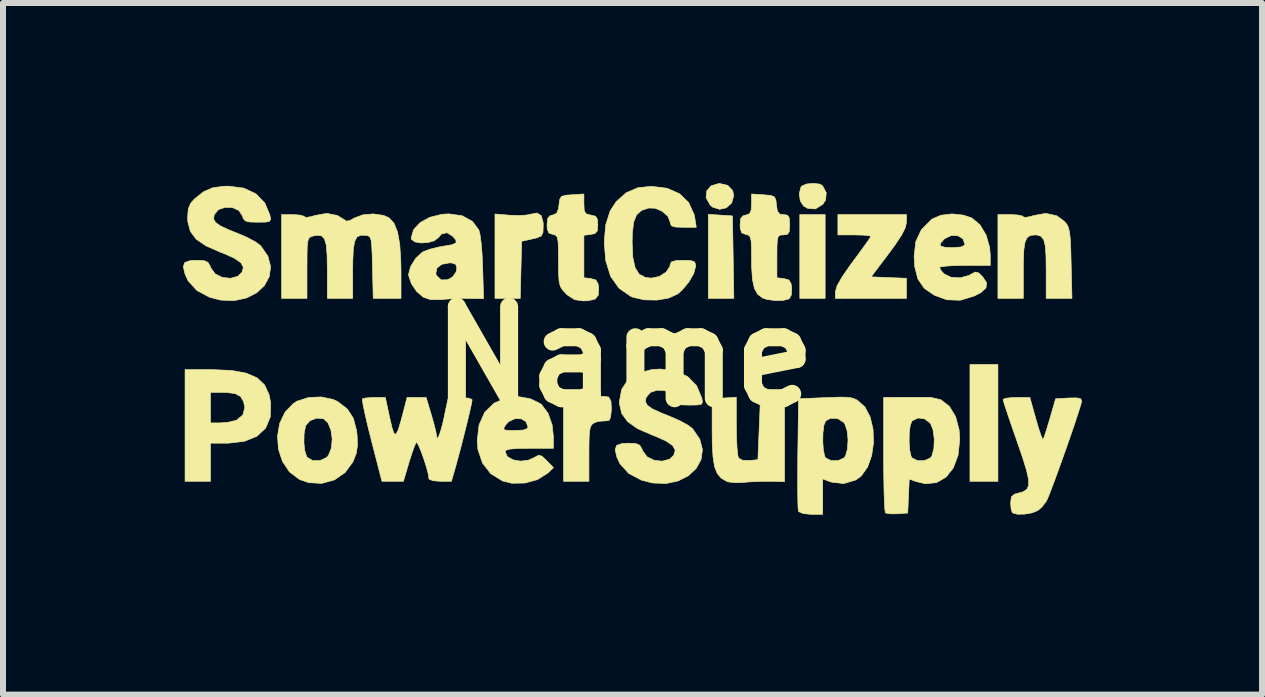
<source format=kicad_pcb>
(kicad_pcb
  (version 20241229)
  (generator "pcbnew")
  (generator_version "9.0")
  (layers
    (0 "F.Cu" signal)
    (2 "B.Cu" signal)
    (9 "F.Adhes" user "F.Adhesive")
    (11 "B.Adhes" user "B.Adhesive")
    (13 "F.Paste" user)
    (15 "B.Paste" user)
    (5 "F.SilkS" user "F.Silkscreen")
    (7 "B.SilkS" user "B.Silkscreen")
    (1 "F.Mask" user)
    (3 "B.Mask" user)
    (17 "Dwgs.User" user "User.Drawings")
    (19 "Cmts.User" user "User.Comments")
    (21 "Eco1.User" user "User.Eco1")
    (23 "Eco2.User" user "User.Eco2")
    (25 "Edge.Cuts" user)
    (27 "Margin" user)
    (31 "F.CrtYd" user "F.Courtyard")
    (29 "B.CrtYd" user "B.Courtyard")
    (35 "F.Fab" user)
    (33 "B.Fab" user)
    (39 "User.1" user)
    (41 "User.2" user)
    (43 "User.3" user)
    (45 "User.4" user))
  (footprint "Name"
    (layer "F.Cu")
    (at 7.358 2.897)
    (property "Reference" "Name" (at 0 0 0) (layer "F.SilkS") (effects (font (size 1.524 1.524) (thickness 0.3))))
    (attr through_hole)
    (fp_poly (pts (xy 3.344 -0.974) (xy 2.921 -0.974) (xy 2.921 -2.371) (xy 3.344 -2.371) (xy 3.344 -0.974)) (stroke (width 0.01) (type solid)) (fill yes) (layer "F.SilkS"))
    (fp_poly (pts (xy 6.223 2.074) (xy 5.757 2.074) (xy 5.757 0.127) (xy 6.223 0.127) (xy 6.223 2.074)) (stroke (width 0.01) (type solid)) (fill yes) (layer "F.SilkS"))
    (fp_poly (pts (xy 1.799 -2.349) (xy 1.811 -1.662) (xy 1.822 -0.974) (xy 1.397 -0.974) (xy 1.397 -2.375) (xy 1.799 -2.349)) (stroke (width 0.01) (type solid)) (fill yes) (layer "F.SilkS"))
    (fp_poly (pts (xy 1.721 -2.857) (xy 1.803 -2.771) (xy 1.82 -2.686) (xy 1.786 -2.564) (xy 1.699 -2.485) (xy 1.585 -2.458) (xy 1.47 -2.494) (xy 1.425 -2.533) (xy 1.36 -2.652) (xy 1.37 -2.765) (xy 1.444 -2.851) (xy 1.572 -2.889) (xy 1.587 -2.889) (xy 1.721 -2.857)) (stroke (width 0.01) (type solid)) (fill yes) (layer "F.SilkS"))
    (fp_poly (pts (xy 3.252 -2.879) (xy 3.299 -2.854) (xy 3.362 -2.735) (xy 3.351 -2.612) (xy 3.304 -2.542) (xy 3.182 -2.465) (xy 3.056 -2.473) (xy 2.987 -2.512) (xy 2.93 -2.597) (xy 2.912 -2.715) (xy 2.937 -2.821) (xy 2.957 -2.847) (xy 3.034 -2.881) (xy 3.146 -2.892) (xy 3.252 -2.879)) (stroke (width 0.01) (type solid)) (fill yes) (layer "F.SilkS"))
    (fp_poly (pts (xy -1.387 -2.352) (xy -1.356 -2.236) (xy -1.355 -2.184) (xy -1.359 -2.072) (xy -1.388 -2.014) (xy -1.465 -1.982) (xy -1.535 -1.966) (xy -1.714 -1.926) (xy -1.738 -0.974) (xy -2.159 -0.974) (xy -2.159 -2.381) (xy -1.916 -2.36) (xy -1.764 -2.355) (xy -1.634 -2.363) (xy -1.577 -2.375) (xy -1.459 -2.397) (xy -1.387 -2.352)) (stroke (width 0.01) (type solid)) (fill yes) (layer "F.SilkS"))
    (fp_poly (pts (xy 4.699 -2.242) (xy 4.68 -2.154) (xy 4.621 -2.035) (xy 4.514 -1.872) (xy 4.405 -1.724) (xy 4.11 -1.333) (xy 4.405 -1.321) (xy 4.699 -1.309) (xy 4.699 -0.974) (xy 3.514 -0.974) (xy 3.514 -1.086) (xy 3.543 -1.185) (xy 3.631 -1.339) (xy 3.775 -1.547) (xy 3.81 -1.593) (xy 3.926 -1.75) (xy 4.021 -1.881) (xy 4.085 -1.973) (xy 4.106 -2.01) (xy 4.068 -2.021) (xy 3.967 -2.029) (xy 3.831 -2.032) (xy 3.556 -2.032) (xy 3.556 -2.371) (xy 4.699 -2.371) (xy 4.699 -2.242)) (stroke (width 0.01) (type solid)) (fill yes) (layer "F.SilkS"))
    (fp_poly (pts (xy -0.268 0.669) (xy -0.261 0.673) (xy -0.225 0.743) (xy -0.219 0.883) (xy -0.22 0.893) (xy -0.233 1.009) (xy -0.259 1.06) (xy -0.312 1.068) (xy -0.326 1.067) (xy -0.441 1.076) (xy -0.506 1.1) (xy -0.544 1.127) (xy -0.569 1.171) (xy -0.584 1.248) (xy -0.591 1.374) (xy -0.593 1.566) (xy -0.593 1.61) (xy -0.593 2.074) (xy -1.016 2.074) (xy -1.016 0.677) (xy -0.826 0.677) (xy -0.704 0.687) (xy -0.64 0.713) (xy -0.635 0.725) (xy -0.614 0.749) (xy -0.582 0.731) (xy -0.48 0.68) (xy -0.361 0.657) (xy -0.268 0.669)) (stroke (width 0.01) (type solid)) (fill yes) (layer "F.SilkS"))
    (fp_poly (pts (xy 2.667 2.08) (xy 2.424 2.074) (xy 2.246 2.076) (xy 2.067 2.085) (xy 1.99 2.092) (xy 1.851 2.098) (xy 1.734 2.085) (xy 1.706 2.076) (xy 1.613 2.023) (xy 1.546 1.946) (xy 1.501 1.832) (xy 1.475 1.669) (xy 1.462 1.443) (xy 1.46 1.251) (xy 1.46 0.699) (xy 1.863 0.673) (xy 1.863 1.151) (xy 1.867 1.348) (xy 1.875 1.516) (xy 1.887 1.636) (xy 1.9 1.686) (xy 1.968 1.724) (xy 2.079 1.728) (xy 2.223 1.714) (xy 2.244 1.206) (xy 2.265 0.699) (xy 2.466 0.686) (xy 2.667 0.673) (xy 2.667 2.08)) (stroke (width 0.01) (type solid)) (fill yes) (layer "F.SilkS"))
    (fp_poly (pts (xy -6.869 0.213) (xy -6.549 0.227) (xy -6.303 0.272) (xy -6.121 0.351) (xy -5.997 0.47) (xy -5.923 0.632) (xy -5.896 0.774) (xy -5.904 1.004) (xy -5.981 1.188) (xy -6.126 1.323) (xy -6.336 1.408) (xy -6.606 1.439) (xy -6.623 1.439) (xy -6.9 1.439) (xy -6.9 2.074) (xy -7.324 2.074) (xy -7.324 0.593) (xy -6.9 0.593) (xy -6.9 1.101) (xy -6.733 1.101) (xy -6.594 1.088) (xy -6.474 1.058) (xy -6.461 1.053) (xy -6.36 0.967) (xy -6.328 0.842) (xy -6.35 0.742) (xy -6.4 0.66) (xy -6.487 0.613) (xy -6.629 0.594) (xy -6.713 0.593) (xy -6.9 0.593) (xy -7.324 0.593) (xy -7.324 0.212) (xy -6.869 0.213)) (stroke (width 0.01) (type solid)) (fill yes) (layer "F.SilkS"))
    (fp_poly (pts (xy 7.204 -2.351) (xy 7.331 -2.257) (xy 7.371 -2.209) (xy 7.398 -2.155) (xy 7.417 -2.077) (xy 7.429 -1.961) (xy 7.437 -1.79) (xy 7.443 -1.563) (xy 7.457 -0.974) (xy 7.027 -0.974) (xy 7.027 -1.452) (xy 7.024 -1.686) (xy 7.012 -1.849) (xy 6.986 -1.952) (xy 6.943 -2.008) (xy 6.878 -2.03) (xy 6.837 -2.032) (xy 6.76 -2.022) (xy 6.707 -1.984) (xy 6.673 -1.906) (xy 6.654 -1.774) (xy 6.647 -1.577) (xy 6.646 -1.452) (xy 6.646 -0.974) (xy 6.223 -0.974) (xy 6.223 -2.371) (xy 6.435 -2.371) (xy 6.555 -2.364) (xy 6.632 -2.347) (xy 6.646 -2.333) (xy 6.681 -2.323) (xy 6.77 -2.34) (xy 6.814 -2.354) (xy 7.023 -2.391) (xy 7.204 -2.351)) (stroke (width 0.01) (type solid)) (fill yes) (layer "F.SilkS"))
    (fp_poly (pts (xy -4.859 0.709) (xy -4.784 0.743) (xy -4.622 0.867) (xy -4.52 1.021) (xy -4.466 1.226) (xy -4.457 1.302) (xy -4.45 1.474) (xy -4.47 1.607) (xy -4.523 1.743) (xy -4.527 1.751) (xy -4.657 1.929) (xy -4.835 2.051) (xy -5.044 2.109) (xy -5.263 2.097) (xy -5.418 2.043) (xy -5.585 1.916) (xy -5.701 1.742) (xy -5.768 1.537) (xy -5.775 1.433) (xy -5.343 1.433) (xy -5.327 1.573) (xy -5.295 1.667) (xy -5.29 1.674) (xy -5.196 1.729) (xy -5.077 1.729) (xy -4.969 1.679) (xy -4.934 1.642) (xy -4.885 1.519) (xy -4.872 1.37) (xy -4.893 1.22) (xy -4.943 1.098) (xy -5.016 1.032) (xy -5.133 1.022) (xy -5.245 1.066) (xy -5.314 1.148) (xy -5.316 1.154) (xy -5.34 1.282) (xy -5.343 1.433) (xy -5.775 1.433) (xy -5.783 1.321) (xy -5.747 1.11) (xy -5.658 0.922) (xy -5.517 0.776) (xy -5.453 0.737) (xy -5.266 0.678) (xy -5.055 0.668) (xy -4.859 0.709)) (stroke (width 0.01) (type solid)) (fill yes) (layer "F.SilkS"))
    (fp_poly (pts (xy -0.677 -2.545) (xy -0.671 -2.435) (xy -0.641 -2.384) (xy -0.571 -2.364) (xy -0.561 -2.363) (xy -0.482 -2.343) (xy -0.45 -2.289) (xy -0.445 -2.201) (xy -0.453 -2.1) (xy -0.493 -2.054) (xy -0.561 -2.04) (xy -0.677 -2.026) (xy -0.677 -1.318) (xy -0.561 -1.305) (xy -0.479 -1.281) (xy -0.441 -1.219) (xy -0.431 -1.147) (xy -0.436 -1.031) (xy -0.488 -0.964) (xy -0.602 -0.936) (xy -0.691 -0.932) (xy -0.832 -0.953) (xy -0.95 -1.029) (xy -0.977 -1.055) (xy -1.033 -1.115) (xy -1.069 -1.173) (xy -1.089 -1.249) (xy -1.098 -1.364) (xy -1.101 -1.536) (xy -1.101 -1.602) (xy -1.102 -1.795) (xy -1.107 -1.919) (xy -1.12 -1.99) (xy -1.144 -2.024) (xy -1.183 -2.038) (xy -1.196 -2.04) (xy -1.262 -2.065) (xy -1.288 -2.133) (xy -1.291 -2.201) (xy -1.281 -2.306) (xy -1.239 -2.352) (xy -1.198 -2.363) (xy -1.132 -2.391) (xy -1.101 -2.467) (xy -1.092 -2.532) (xy -1.08 -2.626) (xy -1.049 -2.674) (xy -0.974 -2.694) (xy -0.878 -2.701) (xy -0.677 -2.714) (xy -0.677 -2.545)) (stroke (width 0.01) (type solid)) (fill yes) (layer "F.SilkS"))
    (fp_poly (pts (xy 5.094 0.675) (xy 5.1 0.675) (xy 5.272 0.715) (xy 5.414 0.825) (xy 5.518 0.996) (xy 5.576 1.216) (xy 5.587 1.376) (xy 5.559 1.639) (xy 5.48 1.851) (xy 5.358 2.005) (xy 5.2 2.096) (xy 5.013 2.115) (xy 4.852 2.076) (xy 4.745 2.036) (xy 4.733 2.32) (xy 4.72 2.603) (xy 4.549 2.616) (xy 4.434 2.617) (xy 4.358 2.604) (xy 4.348 2.598) (xy 4.339 2.549) (xy 4.332 2.428) (xy 4.325 2.246) (xy 4.321 2.018) (xy 4.318 1.755) (xy 4.318 1.622) (xy 4.318 1.415) (xy 4.743 1.415) (xy 4.753 1.556) (xy 4.776 1.658) (xy 4.792 1.685) (xy 4.886 1.731) (xy 5 1.729) (xy 5.096 1.685) (xy 5.121 1.654) (xy 5.156 1.529) (xy 5.162 1.369) (xy 5.141 1.214) (xy 5.099 1.11) (xy 5.005 1.035) (xy 4.891 1.019) (xy 4.792 1.067) (xy 4.762 1.14) (xy 4.746 1.266) (xy 4.743 1.415) (xy 4.318 1.415) (xy 4.318 0.676) (xy 4.646 0.675) (xy 4.823 0.675) (xy 4.983 0.675) (xy 5.094 0.675)) (stroke (width 0.01) (type solid)) (fill yes) (layer "F.SilkS"))
    (fp_poly (pts (xy -1.571 0.698) (xy -1.404 0.779) (xy -1.381 0.798) (xy -1.275 0.94) (xy -1.206 1.135) (xy -1.185 1.332) (xy -1.185 1.524) (xy -1.587 1.524) (xy -1.787 1.527) (xy -1.912 1.538) (xy -1.976 1.557) (xy -1.99 1.579) (xy -1.953 1.662) (xy -1.86 1.716) (xy -1.734 1.738) (xy -1.6 1.722) (xy -1.497 1.674) (xy -1.434 1.64) (xy -1.38 1.653) (xy -1.304 1.722) (xy -1.297 1.73) (xy -1.184 1.847) (xy -1.284 1.941) (xy -1.451 2.046) (xy -1.659 2.103) (xy -1.876 2.107) (xy -2.032 2.069) (xy -2.228 1.948) (xy -2.367 1.77) (xy -2.443 1.545) (xy -2.455 1.398) (xy -2.43 1.188) (xy -2.012 1.188) (xy -2.005 1.216) (xy -1.942 1.226) (xy -1.825 1.228) (xy -1.686 1.22) (xy -1.619 1.195) (xy -1.609 1.169) (xy -1.642 1.079) (xy -1.723 1.032) (xy -1.827 1.031) (xy -1.929 1.078) (xy -1.979 1.132) (xy -2.012 1.188) (xy -2.43 1.188) (xy -2.424 1.134) (xy -2.329 0.924) (xy -2.174 0.772) (xy -1.967 0.682) (xy -1.77 0.663) (xy -1.571 0.698)) (stroke (width 0.01) (type solid)) (fill yes) (layer "F.SilkS"))
    (fp_poly (pts (xy 3.705 0.673) (xy 3.776 0.682) (xy 3.829 0.698) (xy 3.88 0.723) (xy 4.007 0.836) (xy 4.094 1.003) (xy 4.142 1.207) (xy 4.15 1.426) (xy 4.12 1.642) (xy 4.052 1.835) (xy 3.945 1.986) (xy 3.854 2.052) (xy 3.654 2.112) (xy 3.448 2.088) (xy 3.411 2.075) (xy 3.302 2.034) (xy 3.302 2.625) (xy 3.11 2.625) (xy 2.978 2.613) (xy 2.905 2.581) (xy 2.898 2.571) (xy 2.892 2.514) (xy 2.888 2.386) (xy 2.886 2.199) (xy 2.886 1.968) (xy 2.887 1.705) (xy 2.888 1.608) (xy 2.891 1.415) (xy 3.304 1.415) (xy 3.314 1.556) (xy 3.337 1.658) (xy 3.353 1.685) (xy 3.447 1.731) (xy 3.561 1.729) (xy 3.656 1.685) (xy 3.682 1.654) (xy 3.716 1.535) (xy 3.725 1.382) (xy 3.71 1.231) (xy 3.671 1.116) (xy 3.655 1.093) (xy 3.552 1.029) (xy 3.435 1.023) (xy 3.353 1.067) (xy 3.323 1.14) (xy 3.307 1.266) (xy 3.304 1.415) (xy 2.891 1.415) (xy 2.9 0.699) (xy 3.217 0.685) (xy 3.442 0.676) (xy 3.6 0.671) (xy 3.705 0.673)) (stroke (width 0.01) (type solid)) (fill yes) (layer "F.SilkS"))
    (fp_poly (pts (xy 2.318 -2.701) (xy 2.439 -2.69) (xy 2.5 -2.665) (xy 2.524 -2.606) (xy 2.532 -2.529) (xy 2.549 -2.424) (xy 2.587 -2.379) (xy 2.648 -2.371) (xy 2.715 -2.361) (xy 2.745 -2.316) (xy 2.752 -2.213) (xy 2.752 -2.201) (xy 2.746 -2.092) (xy 2.719 -2.044) (xy 2.655 -2.032) (xy 2.646 -2.032) (xy 2.594 -2.029) (xy 2.563 -2.007) (xy 2.547 -1.951) (xy 2.541 -1.844) (xy 2.54 -1.675) (xy 2.54 -1.318) (xy 2.656 -1.305) (xy 2.739 -1.281) (xy 2.776 -1.219) (xy 2.787 -1.147) (xy 2.78 -1.03) (xy 2.744 -0.968) (xy 2.648 -0.941) (xy 2.511 -0.937) (xy 2.373 -0.957) (xy 2.301 -0.981) (xy 2.22 -1.042) (xy 2.165 -1.14) (xy 2.132 -1.29) (xy 2.118 -1.505) (xy 2.117 -1.629) (xy 2.116 -1.814) (xy 2.11 -1.932) (xy 2.095 -1.997) (xy 2.068 -2.028) (xy 2.025 -2.039) (xy 2.021 -2.04) (xy 1.956 -2.065) (xy 1.929 -2.133) (xy 1.926 -2.201) (xy 1.936 -2.305) (xy 1.978 -2.352) (xy 2.021 -2.363) (xy 2.084 -2.385) (xy 2.111 -2.445) (xy 2.117 -2.545) (xy 2.117 -2.714) (xy 2.318 -2.701)) (stroke (width 0.01) (type solid)) (fill yes) (layer "F.SilkS"))
    (fp_poly (pts (xy 5.648 -2.362) (xy 5.792 -2.312) (xy 5.925 -2.199) (xy 6.027 -2.028) (xy 6.085 -1.823) (xy 6.095 -1.704) (xy 6.096 -1.524) (xy 5.673 -1.524) (xy 5.495 -1.521) (xy 5.354 -1.512) (xy 5.268 -1.499) (xy 5.249 -1.488) (xy 5.278 -1.435) (xy 5.327 -1.382) (xy 5.444 -1.326) (xy 5.594 -1.317) (xy 5.74 -1.357) (xy 5.773 -1.376) (xy 5.844 -1.413) (xy 5.9 -1.4) (xy 5.967 -1.336) (xy 6.034 -1.236) (xy 6.025 -1.151) (xy 5.939 -1.071) (xy 5.832 -1.015) (xy 5.596 -0.943) (xy 5.37 -0.951) (xy 5.163 -1.027) (xy 4.996 -1.142) (xy 4.889 -1.297) (xy 4.836 -1.505) (xy 4.826 -1.676) (xy 4.851 -1.89) (xy 5.262 -1.89) (xy 5.267 -1.846) (xy 5.347 -1.825) (xy 5.461 -1.82) (xy 5.603 -1.83) (xy 5.667 -1.858) (xy 5.673 -1.875) (xy 5.639 -1.968) (xy 5.554 -2.019) (xy 5.444 -2.022) (xy 5.335 -1.969) (xy 5.327 -1.962) (xy 5.262 -1.89) (xy 4.851 -1.89) (xy 4.855 -1.922) (xy 4.948 -2.12) (xy 5.113 -2.286) (xy 5.128 -2.298) (xy 5.272 -2.36) (xy 5.457 -2.382) (xy 5.648 -2.362)) (stroke (width 0.01) (type solid)) (fill yes) (layer "F.SilkS"))
    (fp_poly (pts (xy -4.785 -2.356) (xy -4.692 -2.298) (xy -4.633 -2.261) (xy -4.569 -2.275) (xy -4.509 -2.311) (xy -4.364 -2.366) (xy -4.187 -2.382) (xy -4.017 -2.358) (xy -3.925 -2.317) (xy -3.843 -2.229) (xy -3.784 -2.085) (xy -3.746 -1.876) (xy -3.728 -1.596) (xy -3.725 -1.421) (xy -3.725 -0.974) (xy -4.188 -0.974) (xy -4.2 -1.492) (xy -4.206 -1.709) (xy -4.213 -1.856) (xy -4.224 -1.946) (xy -4.243 -1.995) (xy -4.272 -2.017) (xy -4.31 -2.025) (xy -4.397 -2.027) (xy -4.458 -1.998) (xy -4.497 -1.927) (xy -4.519 -1.801) (xy -4.528 -1.609) (xy -4.53 -1.455) (xy -4.53 -0.974) (xy -4.953 -0.974) (xy -4.953 -1.455) (xy -4.957 -1.696) (xy -4.971 -1.863) (xy -5.001 -1.966) (xy -5.05 -2.017) (xy -5.123 -2.026) (xy -5.185 -2.015) (xy -5.23 -2.001) (xy -5.26 -1.977) (xy -5.278 -1.927) (xy -5.288 -1.837) (xy -5.291 -1.692) (xy -5.292 -1.481) (xy -5.292 -0.974) (xy -5.715 -0.974) (xy -5.715 -2.371) (xy -5.524 -2.371) (xy -5.411 -2.363) (xy -5.343 -2.344) (xy -5.334 -2.333) (xy -5.299 -2.323) (xy -5.21 -2.34) (xy -5.163 -2.355) (xy -4.962 -2.391) (xy -4.785 -2.356)) (stroke (width 0.01) (type solid)) (fill yes) (layer "F.SilkS"))
    (fp_poly (pts (xy 0.708 -2.81) (xy 0.918 -2.718) (xy 1.07 -2.57) (xy 1.16 -2.372) (xy 1.171 -2.317) (xy 1.196 -2.159) (xy 0.979 -2.159) (xy 0.85 -2.163) (xy 0.785 -2.182) (xy 0.763 -2.222) (xy 0.762 -2.241) (xy 0.724 -2.341) (xy 0.63 -2.426) (xy 0.507 -2.477) (xy 0.403 -2.48) (xy 0.283 -2.44) (xy 0.202 -2.368) (xy 0.153 -2.249) (xy 0.131 -2.07) (xy 0.127 -1.906) (xy 0.138 -1.66) (xy 0.176 -1.487) (xy 0.244 -1.377) (xy 0.349 -1.323) (xy 0.448 -1.312) (xy 0.581 -1.34) (xy 0.693 -1.412) (xy 0.756 -1.507) (xy 0.762 -1.545) (xy 0.785 -1.585) (xy 0.863 -1.605) (xy 0.974 -1.609) (xy 1.1 -1.605) (xy 1.162 -1.587) (xy 1.184 -1.545) (xy 1.185 -1.509) (xy 1.154 -1.389) (xy 1.073 -1.249) (xy 0.962 -1.115) (xy 0.885 -1.048) (xy 0.735 -0.979) (xy 0.54 -0.946) (xy 0.332 -0.95) (xy 0.143 -0.992) (xy 0.102 -1.009) (xy -0.093 -1.145) (xy -0.232 -1.342) (xy -0.313 -1.602) (xy -0.338 -1.905) (xy -0.314 -2.198) (xy -0.239 -2.432) (xy -0.141 -2.583) (xy 0.027 -2.735) (xy 0.225 -2.819) (xy 0.449 -2.842) (xy 0.708 -2.81)) (stroke (width 0.01) (type solid)) (fill yes) (layer "F.SilkS"))
    (fp_poly (pts (xy 6.856 1.037) (xy 6.902 1.195) (xy 6.942 1.313) (xy 6.969 1.374) (xy 6.975 1.379) (xy 6.995 1.332) (xy 7.03 1.224) (xy 7.075 1.076) (xy 7.089 1.029) (xy 7.184 0.699) (xy 7.402 0.686) (xy 7.536 0.684) (xy 7.603 0.7) (xy 7.62 0.734) (xy 7.606 0.792) (xy 7.568 0.914) (xy 7.512 1.085) (xy 7.442 1.291) (xy 7.364 1.515) (xy 7.283 1.743) (xy 7.205 1.96) (xy 7.134 2.15) (xy 7.077 2.299) (xy 7.038 2.391) (xy 7.032 2.404) (xy 6.959 2.499) (xy 6.891 2.559) (xy 6.795 2.599) (xy 6.67 2.621) (xy 6.549 2.623) (xy 6.469 2.601) (xy 6.463 2.596) (xy 6.443 2.538) (xy 6.435 2.436) (xy 6.435 2.432) (xy 6.447 2.334) (xy 6.499 2.288) (xy 6.559 2.272) (xy 6.648 2.247) (xy 6.706 2.207) (xy 6.735 2.142) (xy 6.733 2.04) (xy 6.7 1.892) (xy 6.637 1.686) (xy 6.543 1.412) (xy 6.542 1.409) (xy 6.464 1.186) (xy 6.397 0.99) (xy 6.346 0.837) (xy 6.315 0.739) (xy 6.308 0.711) (xy 6.346 0.692) (xy 6.444 0.68) (xy 6.531 0.677) (xy 6.755 0.677) (xy 6.856 1.037)) (stroke (width 0.01) (type solid)) (fill yes) (layer "F.SilkS"))
    (fp_poly (pts (xy -2.704 -2.351) (xy -2.534 -2.257) (xy -2.427 -2.113) (xy -2.407 -2.032) (xy -2.388 -1.887) (xy -2.373 -1.698) (xy -2.364 -1.49) (xy -2.349 -0.969) (xy -2.603 -0.974) (xy -2.783 -0.972) (xy -2.962 -0.963) (xy -3.048 -0.954) (xy -3.234 -0.954) (xy -3.354 -0.995) (xy -3.464 -1.089) (xy -3.552 -1.22) (xy -3.597 -1.352) (xy -3.598 -1.376) (xy -3.595 -1.39) (xy -3.145 -1.39) (xy -3.131 -1.352) (xy -3.054 -1.282) (xy -2.949 -1.285) (xy -2.868 -1.329) (xy -2.807 -1.414) (xy -2.794 -1.476) (xy -2.812 -1.542) (xy -2.882 -1.565) (xy -2.918 -1.566) (xy -3.047 -1.542) (xy -3.127 -1.478) (xy -3.145 -1.39) (xy -3.595 -1.39) (xy -3.565 -1.505) (xy -3.482 -1.639) (xy -3.373 -1.741) (xy -3.35 -1.754) (xy -3.236 -1.796) (xy -3.084 -1.833) (xy -3.012 -1.845) (xy -2.871 -1.869) (xy -2.807 -1.901) (xy -2.811 -1.949) (xy -2.861 -2.008) (xy -2.96 -2.069) (xy -3.051 -2.047) (xy -3.1 -1.99) (xy -3.169 -1.935) (xy -3.276 -1.905) (xy -3.394 -1.898) (xy -3.495 -1.916) (xy -3.552 -1.96) (xy -3.556 -1.98) (xy -3.516 -2.118) (xy -3.408 -2.236) (xy -3.247 -2.325) (xy -3.047 -2.375) (xy -2.93 -2.383) (xy -2.704 -2.351)) (stroke (width 0.01) (type solid)) (fill yes) (layer "F.SilkS"))
    (fp_poly (pts (xy -3.913 1.018) (xy -3.873 1.186) (xy -3.841 1.277) (xy -3.809 1.29) (xy -3.774 1.224) (xy -3.729 1.077) (xy -3.699 0.966) (xy -3.624 0.677) (xy -3.306 0.677) (xy -3.219 0.968) (xy -3.176 1.119) (xy -3.145 1.243) (xy -3.133 1.312) (xy -3.133 1.313) (xy -3.124 1.36) (xy -3.101 1.336) (xy -3.069 1.252) (xy -3.032 1.119) (xy -3.006 1.002) (xy -2.942 0.699) (xy -2.741 0.686) (xy -2.607 0.686) (xy -2.544 0.709) (xy -2.54 0.72) (xy -2.55 0.781) (xy -2.578 0.905) (xy -2.618 1.074) (xy -2.667 1.27) (xy -2.719 1.476) (xy -2.771 1.671) (xy -2.817 1.839) (xy -2.821 1.852) (xy -2.885 2.074) (xy -3.072 2.074) (xy -3.189 2.065) (xy -3.254 2.04) (xy -3.26 2.028) (xy -3.272 1.948) (xy -3.303 1.831) (xy -3.346 1.698) (xy -3.392 1.571) (xy -3.434 1.473) (xy -3.464 1.425) (xy -3.471 1.425) (xy -3.498 1.481) (xy -3.539 1.594) (xy -3.587 1.744) (xy -3.594 1.767) (xy -3.685 2.074) (xy -3.864 2.074) (xy -4.043 2.074) (xy -4.217 1.398) (xy -4.274 1.171) (xy -4.32 0.974) (xy -4.353 0.82) (xy -4.369 0.725) (xy -4.369 0.7) (xy -4.316 0.686) (xy -4.211 0.678) (xy -4.166 0.677) (xy -3.986 0.677) (xy -3.913 1.018)) (stroke (width 0.01) (type solid)) (fill yes) (layer "F.SilkS"))
    (fp_poly (pts (xy 0.851 0.236) (xy 1.055 0.331) (xy 1.203 0.484) (xy 1.288 0.688) (xy 1.299 0.755) (xy 1.282 0.789) (xy 1.217 0.802) (xy 1.087 0.804) (xy 1.085 0.804) (xy 0.951 0.801) (xy 0.878 0.783) (xy 0.843 0.742) (xy 0.829 0.699) (xy 0.769 0.609) (xy 0.664 0.561) (xy 0.541 0.556) (xy 0.431 0.593) (xy 0.361 0.676) (xy 0.357 0.685) (xy 0.35 0.751) (xy 0.381 0.808) (xy 0.462 0.866) (xy 0.605 0.932) (xy 0.762 0.995) (xy 0.918 1.063) (xy 1.052 1.136) (xy 1.134 1.197) (xy 1.254 1.372) (xy 1.299 1.546) (xy 1.276 1.712) (xy 1.195 1.86) (xy 1.065 1.981) (xy 0.894 2.068) (xy 0.691 2.111) (xy 0.464 2.102) (xy 0.282 2.055) (xy 0.071 1.943) (xy -0.076 1.782) (xy -0.129 1.667) (xy -0.156 1.545) (xy -0.131 1.475) (xy -0.042 1.445) (xy 0.068 1.439) (xy 0.189 1.445) (xy 0.254 1.473) (xy 0.292 1.538) (xy 0.303 1.567) (xy 0.376 1.666) (xy 0.494 1.724) (xy 0.628 1.739) (xy 0.75 1.706) (xy 0.821 1.64) (xy 0.845 1.557) (xy 0.804 1.48) (xy 0.691 1.402) (xy 0.502 1.318) (xy 0.461 1.303) (xy 0.218 1.197) (xy 0.052 1.08) (xy -0.046 0.945) (xy -0.084 0.783) (xy -0.085 0.746) (xy -0.048 0.543) (xy 0.058 0.383) (xy 0.228 0.271) (xy 0.455 0.212) (xy 0.598 0.203) (xy 0.851 0.236)) (stroke (width 0.01) (type solid)) (fill yes) (layer "F.SilkS"))
    (fp_poly (pts (xy -6.346 -2.812) (xy -6.142 -2.717) (xy -5.994 -2.564) (xy -5.909 -2.36) (xy -5.898 -2.293) (xy -5.915 -2.259) (xy -5.979 -2.246) (xy -6.11 -2.244) (xy -6.112 -2.244) (xy -6.246 -2.247) (xy -6.319 -2.265) (xy -6.354 -2.306) (xy -6.367 -2.349) (xy -6.427 -2.439) (xy -6.533 -2.487) (xy -6.655 -2.492) (xy -6.766 -2.455) (xy -6.836 -2.372) (xy -6.839 -2.363) (xy -6.847 -2.297) (xy -6.816 -2.24) (xy -6.734 -2.182) (xy -6.592 -2.116) (xy -6.434 -2.053) (xy -6.278 -1.985) (xy -6.144 -1.912) (xy -6.063 -1.851) (xy -5.943 -1.676) (xy -5.898 -1.502) (xy -5.921 -1.336) (xy -6.001 -1.188) (xy -6.131 -1.067) (xy -6.303 -0.98) (xy -6.506 -0.937) (xy -6.733 -0.946) (xy -6.915 -0.993) (xy -7.126 -1.105) (xy -7.272 -1.266) (xy -7.325 -1.381) (xy -7.353 -1.503) (xy -7.328 -1.573) (xy -7.239 -1.603) (xy -7.128 -1.609) (xy -7.008 -1.603) (xy -6.943 -1.575) (xy -6.904 -1.51) (xy -6.894 -1.481) (xy -6.821 -1.382) (xy -6.703 -1.324) (xy -6.568 -1.309) (xy -6.446 -1.342) (xy -6.376 -1.408) (xy -6.352 -1.491) (xy -6.393 -1.568) (xy -6.505 -1.646) (xy -6.695 -1.73) (xy -6.736 -1.745) (xy -6.975 -1.849) (xy -7.138 -1.961) (xy -7.236 -2.092) (xy -7.278 -2.252) (xy -7.281 -2.321) (xy -7.271 -2.462) (xy -7.231 -2.559) (xy -7.165 -2.633) (xy -7.015 -2.752) (xy -6.864 -2.818) (xy -6.679 -2.843) (xy -6.599 -2.845) (xy -6.346 -2.812)) (stroke (width 0.01) (type solid)) (fill yes) (layer "F.SilkS")))
  (gr_rect
    (start -3 -3)
    (end 17.983 8.526)
    (stroke (width 0.1) (type default))
    (fill no)
    (layer "Edge.Cuts")))
</source>
